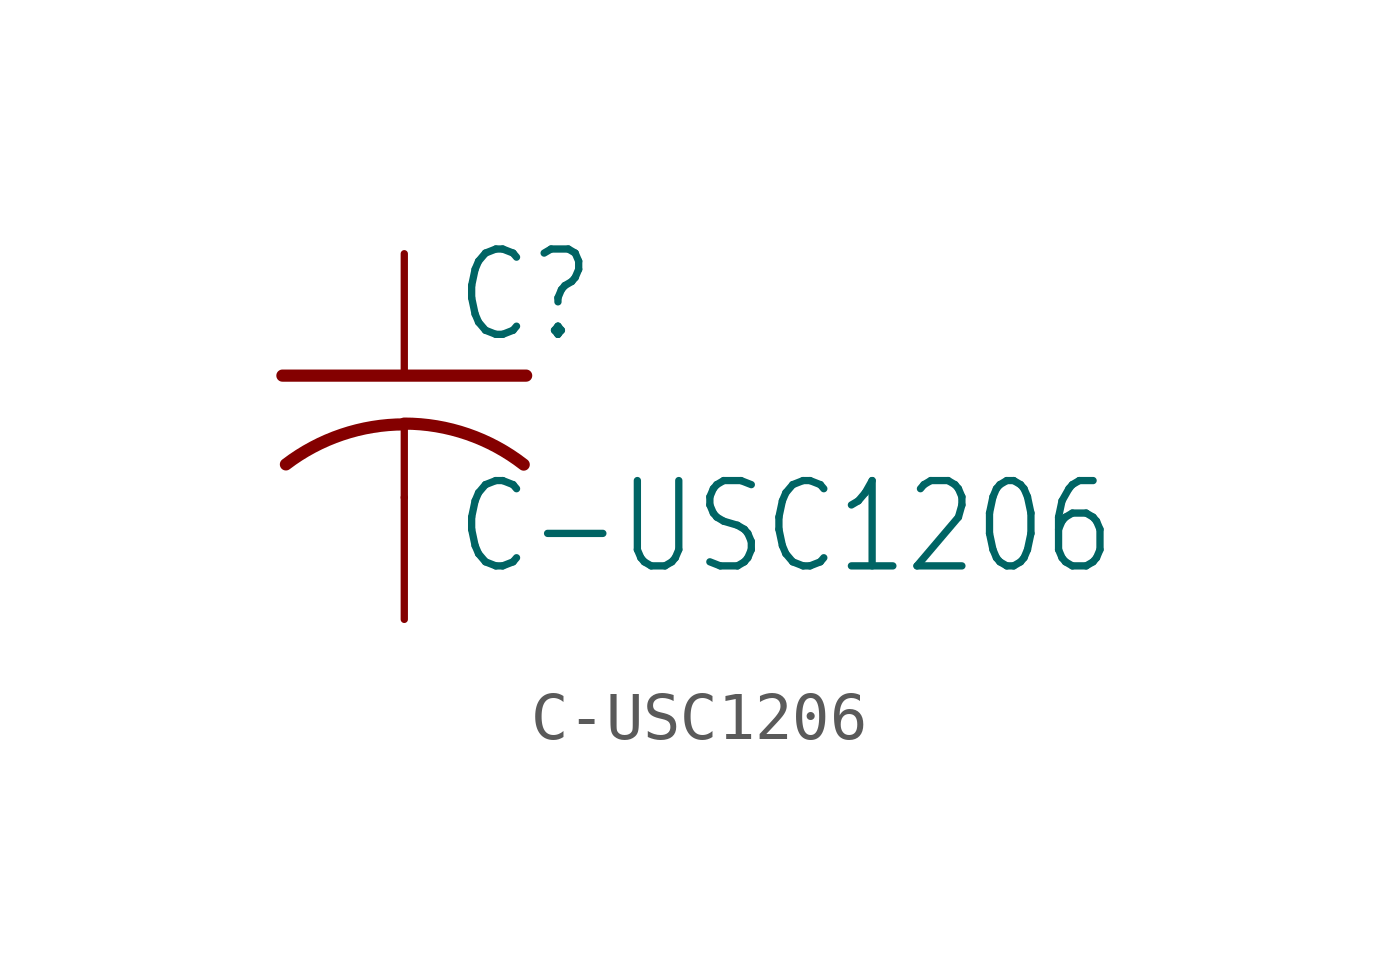
<source format=kicad_sym>
(kicad_symbol_lib
  (version 20211014)
  (generator kicad_symbol_editor)
  (symbol "C-USC1206"
    (property "Reference" "C"
      (at 1.016 0.635 0)
      (effects (font (size 1.778 1.511)) (justify left bottom)))
    (property "Value" "C-USC1206"
      (at 1.016 -4.191 0)
      (effects (font (size 1.778 1.511)) (justify left bottom)))
    (property "ki_locked" ""
      (at 0 0 0)
      (effects (font (size 1.27 1.27))))
    (symbol "C-USC1206_1_0"
      (arc (start 0 -1.0161) (mid -1.302 -1.2303) (end -2.4668 -1.8504) (stroke (width 0.254) (type default) (color 0 0 0 0)) (fill (type none)))
      (polyline (pts (xy -2.54 0) (xy 2.54 0)) (stroke (width 0.254) (type default) (color 0 0 0 0)) (fill (type none)))
      (polyline (pts (xy 0 -1.016) (xy 0 -2.54)) (stroke (width 0.152) (type default) (color 0 0 0 0)) (fill (type none)))
      (arc (start 2.4892 -1.8542) (mid 1.3158 -1.2195) (end 0 -1) (stroke (width 0.254) (type default) (color 0 0 0 0)) (fill (type none)))
      (pin passive line (at 0 2.54 270) (length 2.54) (name "1" (effects (font (size 0 0)))) (number "1" (effects (font (size 0 0)))))
      (pin passive line (at 0 -5.08 90) (length 2.54) (name "2" (effects (font (size 0 0)))) (number "2" (effects (font (size 0 0))))))))
</source>
